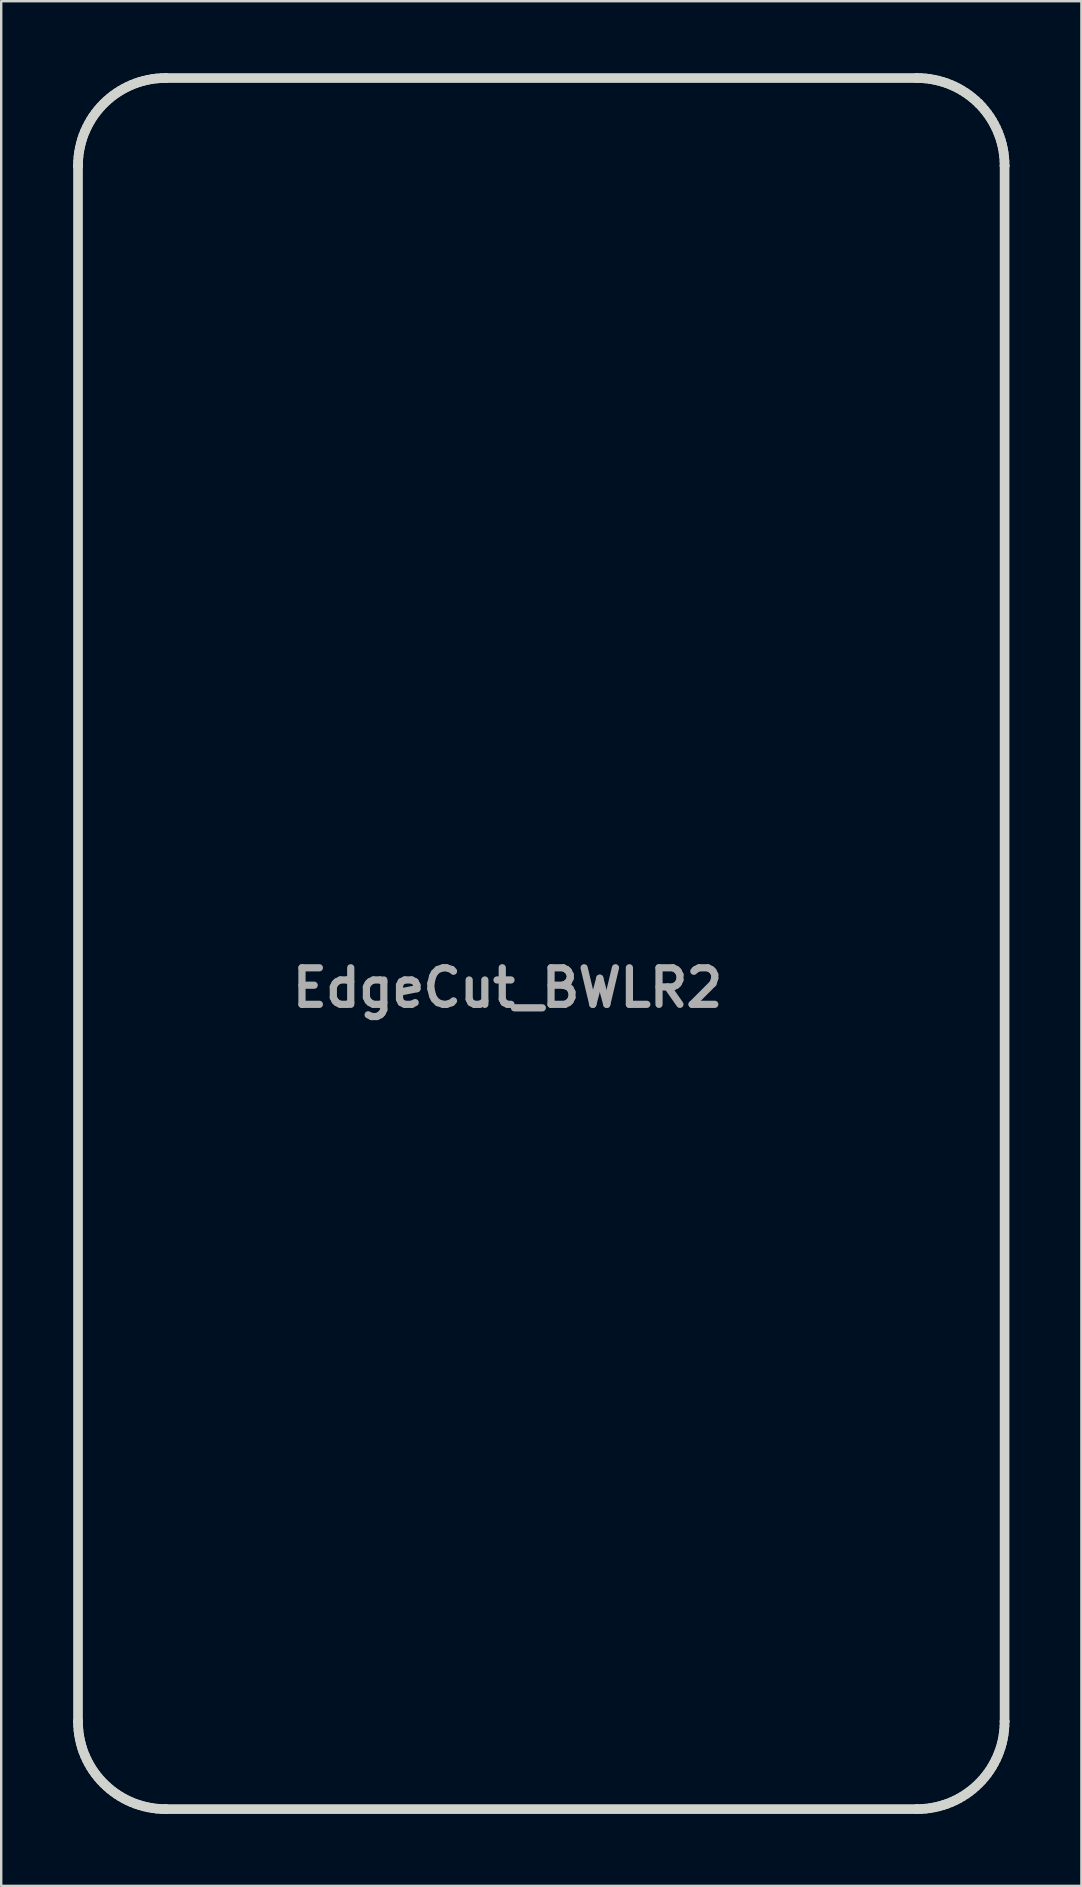
<source format=kicad_pcb>
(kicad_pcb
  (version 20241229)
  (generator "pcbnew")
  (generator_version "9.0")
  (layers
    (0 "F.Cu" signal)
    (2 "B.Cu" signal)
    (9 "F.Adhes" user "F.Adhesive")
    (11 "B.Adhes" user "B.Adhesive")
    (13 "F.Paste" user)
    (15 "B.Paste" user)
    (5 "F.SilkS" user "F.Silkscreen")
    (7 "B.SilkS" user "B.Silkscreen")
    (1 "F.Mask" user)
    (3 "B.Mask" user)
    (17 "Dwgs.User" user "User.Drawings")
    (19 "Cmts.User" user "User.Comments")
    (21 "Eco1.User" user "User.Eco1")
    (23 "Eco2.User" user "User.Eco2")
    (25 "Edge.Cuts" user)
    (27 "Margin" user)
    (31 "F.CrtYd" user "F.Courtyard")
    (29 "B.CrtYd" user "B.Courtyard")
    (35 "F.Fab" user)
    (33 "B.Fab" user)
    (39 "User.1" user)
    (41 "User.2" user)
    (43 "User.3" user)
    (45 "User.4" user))
  (footprint "EdgeCut_BWLR2"
    (layer "F.Cu")
    (at 18.096 38.11)
    (property "Reference" "EdgeCut_BWLR2" (at 0 0 0) (layer "F.Fab") (effects (font (size 1.524 1.524) (thickness 0.3))))
    (attr board_only exclude_from_pos_files exclude_from_bom)
    (fp_line (start -17.895 30.571) (end -17.895 30.571) (stroke (width 0.402) (type solid)) (layer "Edge.Cuts"))
    (fp_line (start -17.895 30.571) (end -17.895 -34.259) (stroke (width 0.402) (type solid)) (layer "Edge.Cuts"))
    (fp_line (start -17.895 -34.259) (end -17.895 -34.259) (stroke (width 0.402) (type solid)) (layer "Edge.Cuts"))
    (fp_line (start -17.895 -34.259) (end -17.895 -34.259) (stroke (width 0.402) (type solid)) (layer "Edge.Cuts"))
    (fp_line (start -17.895 -34.259) (end -17.89 -34.447) (stroke (width 0.402) (type solid)) (layer "Edge.Cuts"))
    (fp_line (start -17.89 30.759) (end -17.895 30.571) (stroke (width 0.402) (type solid)) (layer "Edge.Cuts"))
    (fp_line (start -17.89 -34.447) (end -17.876 -34.632) (stroke (width 0.402) (type solid)) (layer "Edge.Cuts"))
    (fp_line (start -17.876 30.945) (end -17.89 30.759) (stroke (width 0.402) (type solid)) (layer "Edge.Cuts"))
    (fp_line (start -17.876 -34.632) (end -17.853 -34.815) (stroke (width 0.402) (type solid)) (layer "Edge.Cuts"))
    (fp_line (start -17.853 31.127) (end -17.876 30.945) (stroke (width 0.402) (type solid)) (layer "Edge.Cuts"))
    (fp_line (start -17.853 -34.815) (end -17.821 -34.994) (stroke (width 0.402) (type solid)) (layer "Edge.Cuts"))
    (fp_line (start -17.821 31.307) (end -17.853 31.127) (stroke (width 0.402) (type solid)) (layer "Edge.Cuts"))
    (fp_line (start -17.821 -34.994) (end -17.78 -35.171) (stroke (width 0.402) (type solid)) (layer "Edge.Cuts"))
    (fp_line (start -17.78 -35.171) (end -17.731 -35.344) (stroke (width 0.402) (type solid)) (layer "Edge.Cuts"))
    (fp_line (start -17.78 31.484) (end -17.821 31.307) (stroke (width 0.402) (type solid)) (layer "Edge.Cuts"))
    (fp_line (start -17.731 31.657) (end -17.78 31.484) (stroke (width 0.402) (type solid)) (layer "Edge.Cuts"))
    (fp_line (start -17.731 -35.344) (end -17.674 -35.514) (stroke (width 0.402) (type solid)) (layer "Edge.Cuts"))
    (fp_line (start -17.674 31.826) (end -17.731 31.657) (stroke (width 0.402) (type solid)) (layer "Edge.Cuts"))
    (fp_line (start -17.674 -35.514) (end -17.608 -35.68) (stroke (width 0.402) (type solid)) (layer "Edge.Cuts"))
    (fp_line (start -17.608 31.992) (end -17.674 31.826) (stroke (width 0.402) (type solid)) (layer "Edge.Cuts"))
    (fp_line (start -17.608 -35.68) (end -17.535 -35.841) (stroke (width 0.402) (type solid)) (layer "Edge.Cuts"))
    (fp_line (start -17.535 -35.841) (end -17.454 -35.999) (stroke (width 0.402) (type solid)) (layer "Edge.Cuts"))
    (fp_line (start -17.535 32.154) (end -17.608 31.992) (stroke (width 0.402) (type solid)) (layer "Edge.Cuts"))
    (fp_line (start -17.454 32.311) (end -17.535 32.154) (stroke (width 0.402) (type solid)) (layer "Edge.Cuts"))
    (fp_line (start -17.454 -35.999) (end -17.367 -36.152) (stroke (width 0.402) (type solid)) (layer "Edge.Cuts"))
    (fp_line (start -17.367 32.464) (end -17.454 32.311) (stroke (width 0.402) (type solid)) (layer "Edge.Cuts"))
    (fp_line (start -17.367 -36.152) (end -17.272 -36.3) (stroke (width 0.402) (type solid)) (layer "Edge.Cuts"))
    (fp_line (start -17.272 32.612) (end -17.367 32.464) (stroke (width 0.402) (type solid)) (layer "Edge.Cuts"))
    (fp_line (start -17.272 -36.3) (end -17.17 -36.443) (stroke (width 0.402) (type solid)) (layer "Edge.Cuts"))
    (fp_line (start -17.17 32.755) (end -17.272 32.612) (stroke (width 0.402) (type solid)) (layer "Edge.Cuts"))
    (fp_line (start -17.17 -36.443) (end -17.062 -36.581) (stroke (width 0.402) (type solid)) (layer "Edge.Cuts"))
    (fp_line (start -17.062 32.893) (end -17.17 32.755) (stroke (width 0.402) (type solid)) (layer "Edge.Cuts"))
    (fp_line (start -17.062 -36.581) (end -16.947 -36.713) (stroke (width 0.402) (type solid)) (layer "Edge.Cuts"))
    (fp_line (start -16.947 33.026) (end -17.062 32.893) (stroke (width 0.402) (type solid)) (layer "Edge.Cuts"))
    (fp_line (start -16.947 -36.713) (end -16.826 -36.84) (stroke (width 0.402) (type solid)) (layer "Edge.Cuts"))
    (fp_line (start -16.826 33.152) (end -16.947 33.026) (stroke (width 0.402) (type solid)) (layer "Edge.Cuts"))
    (fp_line (start -16.826 -36.84) (end -16.699 -36.961) (stroke (width 0.402) (type solid)) (layer "Edge.Cuts"))
    (fp_line (start -16.699 33.273) (end -16.826 33.152) (stroke (width 0.402) (type solid)) (layer "Edge.Cuts"))
    (fp_line (start -16.699 -36.961) (end -16.567 -37.075) (stroke (width 0.402) (type solid)) (layer "Edge.Cuts"))
    (fp_line (start -16.567 33.388) (end -16.699 33.273) (stroke (width 0.402) (type solid)) (layer "Edge.Cuts"))
    (fp_line (start -16.567 -37.075) (end -16.429 -37.184) (stroke (width 0.402) (type solid)) (layer "Edge.Cuts"))
    (fp_line (start -16.429 33.496) (end -16.567 33.388) (stroke (width 0.402) (type solid)) (layer "Edge.Cuts"))
    (fp_line (start -16.429 -37.184) (end -16.286 -37.285) (stroke (width 0.402) (type solid)) (layer "Edge.Cuts"))
    (fp_line (start -16.286 33.598) (end -16.429 33.496) (stroke (width 0.402) (type solid)) (layer "Edge.Cuts"))
    (fp_line (start -16.286 -37.285) (end -16.138 -37.38) (stroke (width 0.402) (type solid)) (layer "Edge.Cuts"))
    (fp_line (start -16.138 33.693) (end -16.286 33.598) (stroke (width 0.402) (type solid)) (layer "Edge.Cuts"))
    (fp_line (start -16.138 -37.38) (end -15.985 -37.468) (stroke (width 0.402) (type solid)) (layer "Edge.Cuts"))
    (fp_line (start -15.985 33.781) (end -16.138 33.693) (stroke (width 0.402) (type solid)) (layer "Edge.Cuts"))
    (fp_line (start -15.985 -37.468) (end -15.827 -37.549) (stroke (width 0.402) (type solid)) (layer "Edge.Cuts"))
    (fp_line (start -15.827 33.862) (end -15.985 33.781) (stroke (width 0.402) (type solid)) (layer "Edge.Cuts"))
    (fp_line (start -15.827 -37.549) (end -15.666 -37.622) (stroke (width 0.402) (type solid)) (layer "Edge.Cuts"))
    (fp_line (start -15.666 33.935) (end -15.827 33.862) (stroke (width 0.402) (type solid)) (layer "Edge.Cuts"))
    (fp_line (start -15.666 -37.622) (end -15.5 -37.687) (stroke (width 0.402) (type solid)) (layer "Edge.Cuts"))
    (fp_line (start -15.5 -37.687) (end -15.33 -37.745) (stroke (width 0.402) (type solid)) (layer "Edge.Cuts"))
    (fp_line (start -15.5 34) (end -15.666 33.935) (stroke (width 0.402) (type solid)) (layer "Edge.Cuts"))
    (fp_line (start -15.33 -37.745) (end -15.157 -37.794) (stroke (width 0.402) (type solid)) (layer "Edge.Cuts"))
    (fp_line (start -15.33 34.057) (end -15.5 34) (stroke (width 0.402) (type solid)) (layer "Edge.Cuts"))
    (fp_line (start -15.157 34.107) (end -15.33 34.057) (stroke (width 0.402) (type solid)) (layer "Edge.Cuts"))
    (fp_line (start -15.157 -37.794) (end -14.981 -37.835) (stroke (width 0.402) (type solid)) (layer "Edge.Cuts"))
    (fp_line (start -14.981 -37.835) (end -14.801 -37.867) (stroke (width 0.402) (type solid)) (layer "Edge.Cuts"))
    (fp_line (start -14.981 34.147) (end -15.157 34.107) (stroke (width 0.402) (type solid)) (layer "Edge.Cuts"))
    (fp_line (start -14.801 34.179) (end -14.981 34.147) (stroke (width 0.402) (type solid)) (layer "Edge.Cuts"))
    (fp_line (start -14.801 -37.867) (end -14.618 -37.89) (stroke (width 0.402) (type solid)) (layer "Edge.Cuts"))
    (fp_line (start -14.618 -37.89) (end -14.433 -37.904) (stroke (width 0.402) (type solid)) (layer "Edge.Cuts"))
    (fp_line (start -14.618 34.203) (end -14.801 34.179) (stroke (width 0.402) (type solid)) (layer "Edge.Cuts"))
    (fp_line (start -14.433 34.217) (end -14.618 34.203) (stroke (width 0.402) (type solid)) (layer "Edge.Cuts"))
    (fp_line (start -14.433 -37.904) (end -14.245 -37.909) (stroke (width 0.402) (type solid)) (layer "Edge.Cuts"))
    (fp_line (start -14.245 34.221) (end -14.433 34.217) (stroke (width 0.402) (type solid)) (layer "Edge.Cuts"))
    (fp_line (start -14.245 34.221) (end -14.245 34.221) (stroke (width 0.402) (type solid)) (layer "Edge.Cuts"))
    (fp_line (start -14.245 -37.909) (end -14.245 -37.909) (stroke (width 0.402) (type solid)) (layer "Edge.Cuts"))
    (fp_line (start -14.245 -37.909) (end 17.063 -37.909) (stroke (width 0.402) (type solid)) (layer "Edge.Cuts"))
    (fp_line (start 17.063 -37.909) (end 17.063 -37.909) (stroke (width 0.402) (type solid)) (layer "Edge.Cuts"))
    (fp_line (start 17.063 -37.909) (end 17.244 -37.904) (stroke (width 0.402) (type solid)) (layer "Edge.Cuts"))
    (fp_line (start 17.063 34.221) (end -14.245 34.221) (stroke (width 0.402) (type solid)) (layer "Edge.Cuts"))
    (fp_line (start 17.063 34.221) (end 17.063 34.221) (stroke (width 0.402) (type solid)) (layer "Edge.Cuts"))
    (fp_line (start 17.244 -37.904) (end 17.424 -37.891) (stroke (width 0.402) (type solid)) (layer "Edge.Cuts"))
    (fp_line (start 17.251 34.217) (end 17.063 34.221) (stroke (width 0.402) (type solid)) (layer "Edge.Cuts"))
    (fp_line (start 17.424 -37.891) (end 17.602 -37.869) (stroke (width 0.402) (type solid)) (layer "Edge.Cuts"))
    (fp_line (start 17.436 34.203) (end 17.251 34.217) (stroke (width 0.402) (type solid)) (layer "Edge.Cuts"))
    (fp_line (start 17.602 -37.869) (end 17.778 -37.838) (stroke (width 0.402) (type solid)) (layer "Edge.Cuts"))
    (fp_line (start 17.619 34.179) (end 17.436 34.203) (stroke (width 0.402) (type solid)) (layer "Edge.Cuts"))
    (fp_line (start 17.778 -37.838) (end 17.953 -37.799) (stroke (width 0.402) (type solid)) (layer "Edge.Cuts"))
    (fp_line (start 17.799 34.147) (end 17.619 34.179) (stroke (width 0.402) (type solid)) (layer "Edge.Cuts"))
    (fp_line (start 17.953 -37.799) (end 18.125 -37.751) (stroke (width 0.402) (type solid)) (layer "Edge.Cuts"))
    (fp_line (start 17.975 34.107) (end 17.799 34.147) (stroke (width 0.402) (type solid)) (layer "Edge.Cuts"))
    (fp_line (start 18.125 -37.751) (end 18.294 -37.695) (stroke (width 0.402) (type solid)) (layer "Edge.Cuts"))
    (fp_line (start 18.148 34.057) (end 17.975 34.107) (stroke (width 0.402) (type solid)) (layer "Edge.Cuts"))
    (fp_line (start 18.294 -37.695) (end 18.46 -37.631) (stroke (width 0.402) (type solid)) (layer "Edge.Cuts"))
    (fp_line (start 18.318 34) (end 18.148 34.057) (stroke (width 0.402) (type solid)) (layer "Edge.Cuts"))
    (fp_line (start 18.46 -37.631) (end 18.623 -37.559) (stroke (width 0.402) (type solid)) (layer "Edge.Cuts"))
    (fp_line (start 18.484 33.935) (end 18.318 34) (stroke (width 0.402) (type solid)) (layer "Edge.Cuts"))
    (fp_line (start 18.623 -37.559) (end 18.782 -37.479) (stroke (width 0.402) (type solid)) (layer "Edge.Cuts"))
    (fp_line (start 18.645 33.862) (end 18.484 33.935) (stroke (width 0.402) (type solid)) (layer "Edge.Cuts"))
    (fp_line (start 18.782 -37.479) (end 18.937 -37.391) (stroke (width 0.402) (type solid)) (layer "Edge.Cuts"))
    (fp_line (start 18.803 33.781) (end 18.645 33.862) (stroke (width 0.402) (type solid)) (layer "Edge.Cuts"))
    (fp_line (start 18.937 -37.391) (end 19.088 -37.296) (stroke (width 0.402) (type solid)) (layer "Edge.Cuts"))
    (fp_line (start 18.956 33.693) (end 18.803 33.781) (stroke (width 0.402) (type solid)) (layer "Edge.Cuts"))
    (fp_line (start 19.088 -37.296) (end 19.235 -37.193) (stroke (width 0.402) (type solid)) (layer "Edge.Cuts"))
    (fp_line (start 19.104 33.598) (end 18.956 33.693) (stroke (width 0.402) (type solid)) (layer "Edge.Cuts"))
    (fp_line (start 19.235 -37.193) (end 19.376 -37.082) (stroke (width 0.402) (type solid)) (layer "Edge.Cuts"))
    (fp_line (start 19.247 33.496) (end 19.104 33.598) (stroke (width 0.402) (type solid)) (layer "Edge.Cuts"))
    (fp_line (start 19.376 -37.082) (end 19.513 -36.965) (stroke (width 0.402) (type solid)) (layer "Edge.Cuts"))
    (fp_line (start 19.385 33.388) (end 19.247 33.496) (stroke (width 0.402) (type solid)) (layer "Edge.Cuts"))
    (fp_line (start 19.513 -36.965) (end 19.644 -36.84) (stroke (width 0.402) (type solid)) (layer "Edge.Cuts"))
    (fp_line (start 19.517 33.273) (end 19.385 33.388) (stroke (width 0.402) (type solid)) (layer "Edge.Cuts"))
    (fp_line (start 19.644 -36.84) (end 19.644 -36.84) (stroke (width 0.402) (type solid)) (layer "Edge.Cuts"))
    (fp_line (start 19.644 -36.84) (end 19.769 -36.709) (stroke (width 0.402) (type solid)) (layer "Edge.Cuts"))
    (fp_line (start 19.644 33.152) (end 19.517 33.273) (stroke (width 0.402) (type solid)) (layer "Edge.Cuts"))
    (fp_line (start 19.765 33.026) (end 19.644 33.152) (stroke (width 0.402) (type solid)) (layer "Edge.Cuts"))
    (fp_line (start 19.769 -36.709) (end 19.886 -36.572) (stroke (width 0.402) (type solid)) (layer "Edge.Cuts"))
    (fp_line (start 19.88 32.893) (end 19.765 33.026) (stroke (width 0.402) (type solid)) (layer "Edge.Cuts"))
    (fp_line (start 19.886 -36.572) (end 19.997 -36.43) (stroke (width 0.402) (type solid)) (layer "Edge.Cuts"))
    (fp_line (start 19.988 32.755) (end 19.88 32.893) (stroke (width 0.402) (type solid)) (layer "Edge.Cuts"))
    (fp_line (start 19.997 -36.43) (end 20.1 -36.284) (stroke (width 0.402) (type solid)) (layer "Edge.Cuts"))
    (fp_line (start 20.09 32.612) (end 19.988 32.755) (stroke (width 0.402) (type solid)) (layer "Edge.Cuts"))
    (fp_line (start 20.1 -36.284) (end 20.195 -36.133) (stroke (width 0.402) (type solid)) (layer "Edge.Cuts"))
    (fp_line (start 20.185 32.464) (end 20.09 32.612) (stroke (width 0.402) (type solid)) (layer "Edge.Cuts"))
    (fp_line (start 20.195 -36.133) (end 20.283 -35.978) (stroke (width 0.402) (type solid)) (layer "Edge.Cuts"))
    (fp_line (start 20.272 32.311) (end 20.185 32.464) (stroke (width 0.402) (type solid)) (layer "Edge.Cuts"))
    (fp_line (start 20.283 -35.978) (end 20.363 -35.818) (stroke (width 0.402) (type solid)) (layer "Edge.Cuts"))
    (fp_line (start 20.353 32.154) (end 20.272 32.311) (stroke (width 0.402) (type solid)) (layer "Edge.Cuts"))
    (fp_line (start 20.363 -35.818) (end 20.435 -35.656) (stroke (width 0.402) (type solid)) (layer "Edge.Cuts"))
    (fp_line (start 20.426 31.992) (end 20.353 32.154) (stroke (width 0.402) (type solid)) (layer "Edge.Cuts"))
    (fp_line (start 20.435 -35.656) (end 20.499 -35.49) (stroke (width 0.402) (type solid)) (layer "Edge.Cuts"))
    (fp_line (start 20.492 31.826) (end 20.426 31.992) (stroke (width 0.402) (type solid)) (layer "Edge.Cuts"))
    (fp_line (start 20.499 -35.49) (end 20.555 -35.32) (stroke (width 0.402) (type solid)) (layer "Edge.Cuts"))
    (fp_line (start 20.549 31.657) (end 20.492 31.826) (stroke (width 0.402) (type solid)) (layer "Edge.Cuts"))
    (fp_line (start 20.555 -35.32) (end 20.603 -35.149) (stroke (width 0.402) (type solid)) (layer "Edge.Cuts"))
    (fp_line (start 20.598 31.484) (end 20.549 31.657) (stroke (width 0.402) (type solid)) (layer "Edge.Cuts"))
    (fp_line (start 20.603 -35.149) (end 20.642 -34.974) (stroke (width 0.402) (type solid)) (layer "Edge.Cuts"))
    (fp_line (start 20.639 31.307) (end 20.598 31.484) (stroke (width 0.402) (type solid)) (layer "Edge.Cuts"))
    (fp_line (start 20.642 -34.974) (end 20.673 -34.798) (stroke (width 0.402) (type solid)) (layer "Edge.Cuts"))
    (fp_line (start 20.671 31.127) (end 20.639 31.307) (stroke (width 0.402) (type solid)) (layer "Edge.Cuts"))
    (fp_line (start 20.673 -34.798) (end 20.695 -34.62) (stroke (width 0.402) (type solid)) (layer "Edge.Cuts"))
    (fp_line (start 20.694 30.945) (end 20.671 31.127) (stroke (width 0.402) (type solid)) (layer "Edge.Cuts"))
    (fp_line (start 20.695 -34.62) (end 20.709 -34.44) (stroke (width 0.402) (type solid)) (layer "Edge.Cuts"))
    (fp_line (start 20.708 30.759) (end 20.694 30.945) (stroke (width 0.402) (type solid)) (layer "Edge.Cuts"))
    (fp_line (start 20.709 -34.44) (end 20.713 -34.259) (stroke (width 0.402) (type solid)) (layer "Edge.Cuts"))
    (fp_line (start 20.713 -34.259) (end 20.713 -34.259) (stroke (width 0.402) (type solid)) (layer "Edge.Cuts"))
    (fp_line (start 20.713 -34.259) (end 20.713 30.571) (stroke (width 0.402) (type solid)) (layer "Edge.Cuts"))
    (fp_line (start 20.713 30.571) (end 20.708 30.759) (stroke (width 0.402) (type solid)) (layer "Edge.Cuts"))
    (fp_line (start 20.713 30.571) (end 20.713 30.571) (stroke (width 0.402) (type solid)) (layer "Edge.Cuts")))
  (gr_rect
    (start -3 -3)
    (end 42.01 75.532)
    (stroke (width 0.1) (type default))
    (fill no)
    (layer "Edge.Cuts")))
</source>
